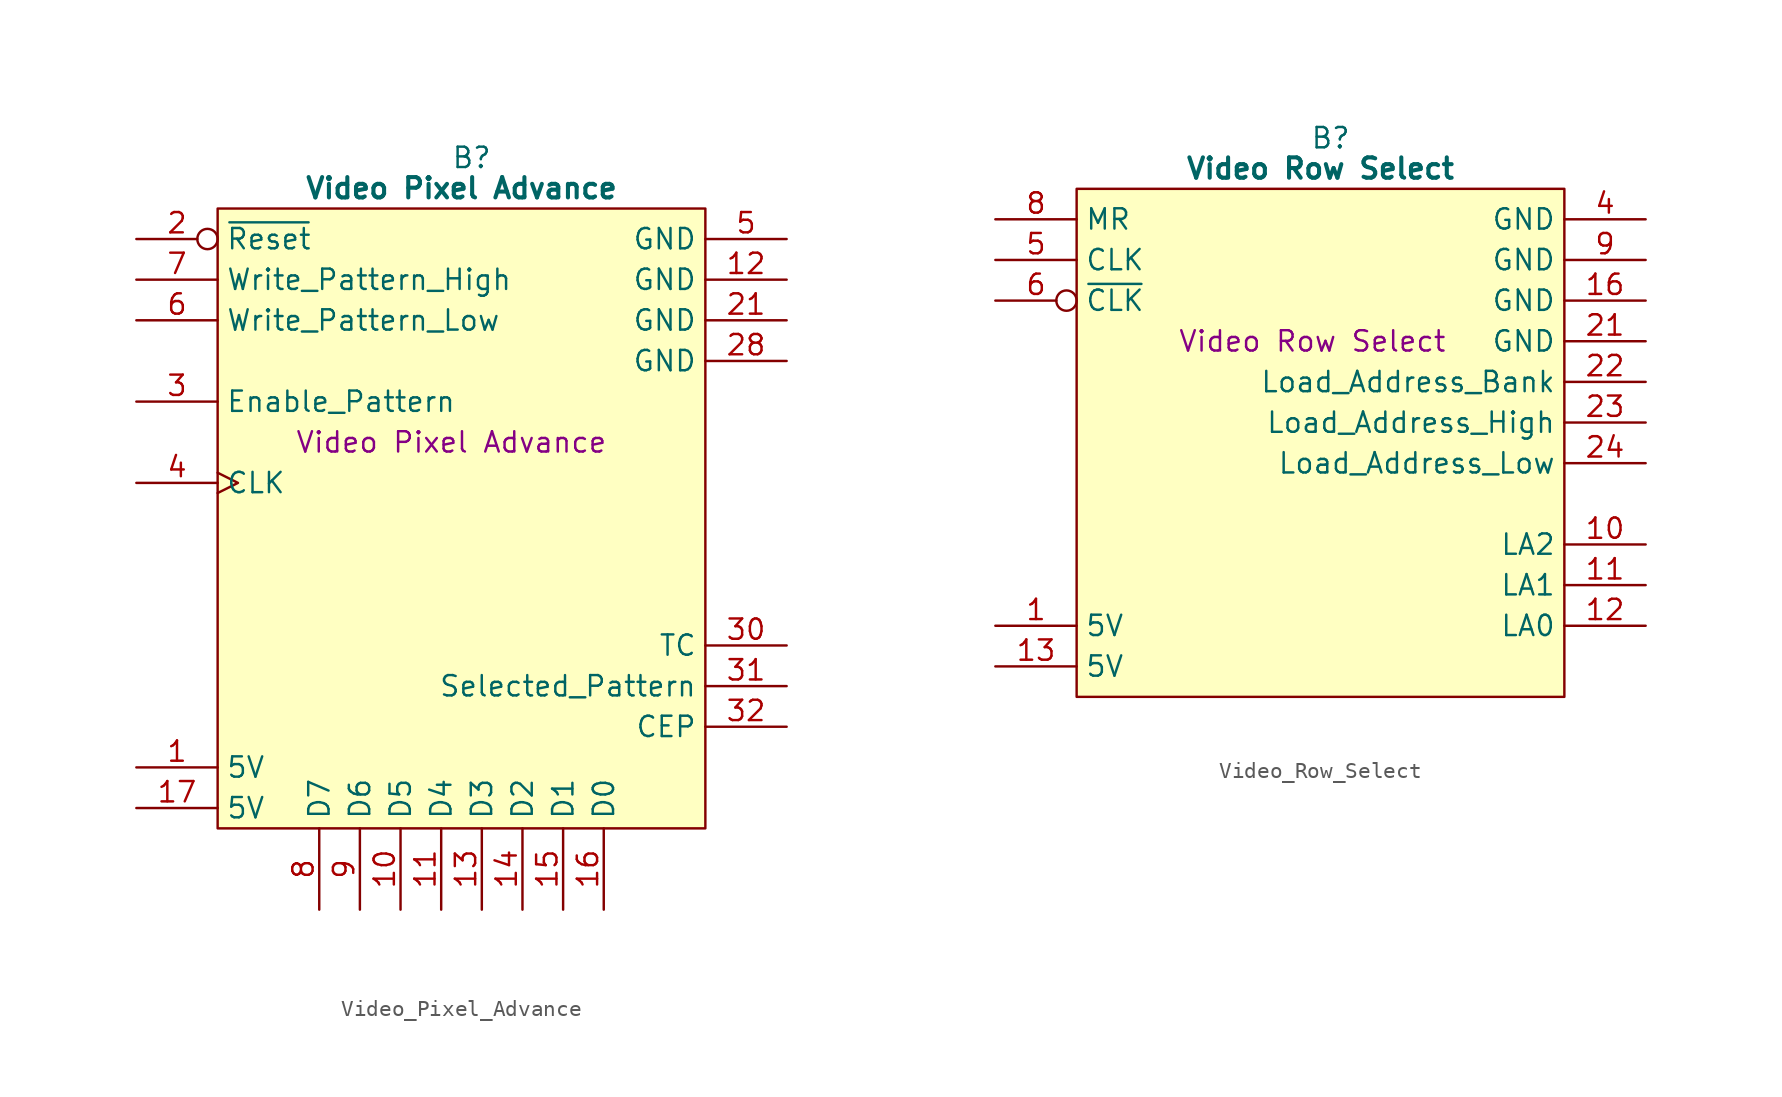
<source format=kicad_sym>
(kicad_symbol_lib
  (version 20241209)
  (generator "kicad_symbol_editor")
  (generator_version "9.0")
  (symbol "Video_Pixel_Advance"
    (property "Reference" "B"
      (at 15.875 5.08 0)
      (effects (font (size 1.27 1.27))))
    (property "Value" "Video Pixel Advance"
      (at 15.24 3.175 0)
      (effects (font (size 1.27 1.27) (bold yes))))
    (property "Description" "Video Pixel Advance"
      (at 14.605 -12.7 0)
      (effects (font (size 1.27 1.27))))
    (symbol "Video_Pixel_Advance_0_1"
      (polyline (pts (xy 0 1.905) (xy 30.48 1.905) (xy 30.48 -36.83) (xy 0 -36.83) (xy 0 1.905)) (stroke (width 0.152) (type default)) (fill (type background))))
    (symbol "Video_Pixel_Advance_1_0"
      (pin output line (at 35.56 -30.48 180) (length 5.08) (name "CEP" (effects (font (size 1.27 1.27)))) (number "32" (effects (font (size 1.27 1.27))))))
    (symbol "Video_Pixel_Advance_1_1"
      (pin input inverted (at -5.08 0 0) (length 5.08) (name "~{Reset}" (effects (font (size 1.27 1.27)))) (number "2" (effects (font (size 1.27 1.27)))))
      (pin input line (at -5.08 -2.54 0) (length 5.08) (name "Write_Pattern_High" (effects (font (size 1.27 1.27)))) (number "7" (effects (font (size 1.27 1.27)))))
      (pin input line (at -5.08 -5.08 0) (length 5.08) (name "Write_Pattern_Low" (effects (font (size 1.27 1.27)))) (number "6" (effects (font (size 1.27 1.27)))))
      (pin input line (at -5.08 -10.16 0) (length 5.08) (name "Enable_Pattern" (effects (font (size 1.27 1.27)))) (number "3" (effects (font (size 1.27 1.27)))))
      (pin input clock (at -5.08 -15.24 0) (length 5.08) (name "CLK" (effects (font (size 1.27 1.27)))) (number "4" (effects (font (size 1.27 1.27)))))
      (pin no_connect line (at -5.08 -17.78 0) (length 5.08) (hide yes) (name "N.C." (effects (font (size 1.27 1.27)))) (number "18" (effects (font (size 1.27 1.27)))))
      (pin no_connect line (at -5.08 -20.32 0) (length 5.08) (hide yes) (name "N.C." (effects (font (size 1.27 1.27)))) (number "19" (effects (font (size 1.27 1.27)))))
      (pin no_connect line (at -5.08 -22.86 0) (length 5.08) (hide yes) (name "N.C." (effects (font (size 1.27 1.27)))) (number "20" (effects (font (size 1.27 1.27)))))
      (pin no_connect line (at -5.08 -25.4 0) (length 5.08) (hide yes) (name "N.C." (effects (font (size 1.27 1.27)))) (number "22" (effects (font (size 1.27 1.27)))))
      (pin no_connect line (at -5.08 -27.94 0) (length 5.08) (hide yes) (name "N.C." (effects (font (size 1.27 1.27)))) (number "23" (effects (font (size 1.27 1.27)))))
      (pin no_connect line (at -5.08 -30.48 0) (length 5.08) (hide yes) (name "N.C." (effects (font (size 1.27 1.27)))) (number "24" (effects (font (size 1.27 1.27)))))
      (pin passive line (at -5.08 -33.02 0) (length 5.08) (name "5V" (effects (font (size 1.27 1.27)))) (number "1" (effects (font (size 1.27 1.27)))))
      (pin passive line (at -5.08 -35.56 0) (length 5.08) (name "5V" (effects (font (size 1.27 1.27)))) (number "17" (effects (font (size 1.27 1.27)))))
      (pin tri_state line (at 6.35 -41.91 90) (length 5.08) (name "D7" (effects (font (size 1.27 1.27)))) (number "8" (effects (font (size 1.27 1.27)))))
      (pin tri_state line (at 8.89 -41.91 90) (length 5.08) (name "D6" (effects (font (size 1.27 1.27)))) (number "9" (effects (font (size 1.27 1.27)))))
      (pin tri_state line (at 11.43 -41.91 90) (length 5.08) (name "D5" (effects (font (size 1.27 1.27)))) (number "10" (effects (font (size 1.27 1.27)))))
      (pin tri_state line (at 13.97 -41.91 90) (length 5.08) (name "D4" (effects (font (size 1.27 1.27)))) (number "11" (effects (font (size 1.27 1.27)))))
      (pin tri_state line (at 16.51 -41.91 90) (length 5.08) (name "D3" (effects (font (size 1.27 1.27)))) (number "13" (effects (font (size 1.27 1.27)))))
      (pin tri_state line (at 19.05 -41.91 90) (length 5.08) (name "D2" (effects (font (size 1.27 1.27)))) (number "14" (effects (font (size 1.27 1.27)))))
      (pin tri_state line (at 21.59 -41.91 90) (length 5.08) (name "D1" (effects (font (size 1.27 1.27)))) (number "15" (effects (font (size 1.27 1.27)))))
      (pin tri_state line (at 24.13 -41.91 90) (length 5.08) (name "D0" (effects (font (size 1.27 1.27)))) (number "16" (effects (font (size 1.27 1.27)))))
      (pin passive line (at 35.56 0 180) (length 5.08) (name "GND" (effects (font (size 1.27 1.27)))) (number "5" (effects (font (size 1.27 1.27)))))
      (pin passive line (at 35.56 -2.54 180) (length 5.08) (name "GND" (effects (font (size 1.27 1.27)))) (number "12" (effects (font (size 1.27 1.27)))))
      (pin passive line (at 35.56 -5.08 180) (length 5.08) (name "GND" (effects (font (size 1.27 1.27)))) (number "21" (effects (font (size 1.27 1.27)))))
      (pin passive line (at 35.56 -7.62 180) (length 5.08) (name "GND" (effects (font (size 1.27 1.27)))) (number "28" (effects (font (size 1.27 1.27)))))
      (pin no_connect line (at 35.56 -12.7 180) (length 5.08) (hide yes) (name "N.C." (effects (font (size 1.27 1.27)))) (number "25" (effects (font (size 1.27 1.27)))))
      (pin no_connect line (at 35.56 -15.24 180) (length 5.08) (hide yes) (name "N.C." (effects (font (size 1.27 1.27)))) (number "26" (effects (font (size 1.27 1.27)))))
      (pin no_connect line (at 35.56 -17.78 180) (length 5.08) (hide yes) (name "N.C." (effects (font (size 1.27 1.27)))) (number "27" (effects (font (size 1.27 1.27)))))
      (pin no_connect line (at 35.56 -20.32 180) (length 5.08) (hide yes) (name "N.C." (effects (font (size 1.27 1.27)))) (number "29" (effects (font (size 1.27 1.27)))))
      (pin output line (at 35.56 -25.4 180) (length 5.08) (name "TC" (effects (font (size 1.27 1.27)))) (number "30" (effects (font (size 1.27 1.27)))))
      (pin output line (at 35.56 -27.94 180) (length 5.08) (name "Selected_Pattern" (effects (font (size 1.27 1.27)))) (number "31" (effects (font (size 1.27 1.27)))))))
  (symbol "Video_Row_Select"
    (property "Reference" "B"
      (at 15.875 5.08 0)
      (effects (font (size 1.27 1.27))))
    (property "Value" "Video Row Select"
      (at 15.24 3.175 0)
      (effects (font (size 1.27 1.27) (bold yes))))
    (property "Description" "Video Row Select"
      (at 14.732 -7.62 0)
      (effects (font (size 1.27 1.27))))
    (symbol "Video_Row_Select_0_1"
      (polyline (pts (xy 0 1.905) (xy 30.48 1.905) (xy 30.48 -29.845) (xy 0 -29.845) (xy 0 1.905)) (stroke (width 0.152) (type default)) (fill (type background))))
    (symbol "Video_Row_Select_1_1"
      (pin input line (at -5.08 0 0) (length 5.08) (name "MR" (effects (font (size 1.27 1.27)))) (number "8" (effects (font (size 1.27 1.27)))))
      (pin input line (at -5.08 -2.54 0) (length 5.08) (name "CLK" (effects (font (size 1.27 1.27)))) (number "5" (effects (font (size 1.27 1.27)))))
      (pin input inverted (at -5.08 -5.08 0) (length 5.08) (name "~{CLK}" (effects (font (size 1.27 1.27)))) (number "6" (effects (font (size 1.27 1.27)))))
      (pin no_connect line (at -5.08 -7.62 0) (length 5.08) (hide yes) (name "N.C." (effects (font (size 1.27 1.27)))) (number "2" (effects (font (size 1.27 1.27)))))
      (pin no_connect line (at -5.08 -10.16 0) (length 5.08) (hide yes) (name "N.C." (effects (font (size 1.27 1.27)))) (number "3" (effects (font (size 1.27 1.27)))))
      (pin no_connect line (at -5.08 -12.7 0) (length 5.08) (hide yes) (name "N.C." (effects (font (size 1.27 1.27)))) (number "7" (effects (font (size 1.27 1.27)))))
      (pin no_connect line (at -5.08 -15.24 0) (length 5.08) (hide yes) (name "N.C." (effects (font (size 1.27 1.27)))) (number "14" (effects (font (size 1.27 1.27)))))
      (pin no_connect line (at -5.08 -17.78 0) (length 5.08) (hide yes) (name "N.C." (effects (font (size 1.27 1.27)))) (number "15" (effects (font (size 1.27 1.27)))))
      (pin no_connect line (at -5.08 -20.32 0) (length 5.08) (hide yes) (name "N.C." (effects (font (size 1.27 1.27)))) (number "17" (effects (font (size 1.27 1.27)))))
      (pin no_connect line (at -5.08 -22.86 0) (length 5.08) (hide yes) (name "N.C." (effects (font (size 1.27 1.27)))) (number "18" (effects (font (size 1.27 1.27)))))
      (pin passive line (at -5.08 -25.4 0) (length 5.08) (name "5V" (effects (font (size 1.27 1.27)))) (number "1" (effects (font (size 1.27 1.27)))))
      (pin passive line (at -5.08 -27.94 0) (length 5.08) (name "5V" (effects (font (size 1.27 1.27)))) (number "13" (effects (font (size 1.27 1.27)))))
      (pin passive line (at 35.56 0 180) (length 5.08) (name "GND" (effects (font (size 1.27 1.27)))) (number "4" (effects (font (size 1.27 1.27)))))
      (pin passive line (at 35.56 -2.54 180) (length 5.08) (name "GND" (effects (font (size 1.27 1.27)))) (number "9" (effects (font (size 1.27 1.27)))))
      (pin passive line (at 35.56 -5.08 180) (length 5.08) (name "GND" (effects (font (size 1.27 1.27)))) (number "16" (effects (font (size 1.27 1.27)))))
      (pin passive line (at 35.56 -7.62 180) (length 5.08) (name "GND" (effects (font (size 1.27 1.27)))) (number "21" (effects (font (size 1.27 1.27)))))
      (pin output line (at 35.56 -10.16 180) (length 5.08) (name "Load_Address_Bank" (effects (font (size 1.27 1.27)))) (number "22" (effects (font (size 1.27 1.27)))))
      (pin output line (at 35.56 -12.7 180) (length 5.08) (name "Load_Address_High" (effects (font (size 1.27 1.27)))) (number "23" (effects (font (size 1.27 1.27)))))
      (pin output line (at 35.56 -15.24 180) (length 5.08) (name "Load_Address_Low" (effects (font (size 1.27 1.27)))) (number "24" (effects (font (size 1.27 1.27)))))
      (pin no_connect line (at 35.56 -17.78 180) (length 5.08) (hide yes) (name "N.C." (effects (font (size 1.27 1.27)))) (number "20" (effects (font (size 1.27 1.27)))))
      (pin output line (at 35.56 -20.32 180) (length 5.08) (name "LA2" (effects (font (size 1.27 1.27)))) (number "10" (effects (font (size 1.27 1.27)))))
      (pin output line (at 35.56 -22.86 180) (length 5.08) (name "LA1" (effects (font (size 1.27 1.27)))) (number "11" (effects (font (size 1.27 1.27)))))
      (pin output line (at 35.56 -25.4 180) (length 5.08) (name "LA0" (effects (font (size 1.27 1.27)))) (number "12" (effects (font (size 1.27 1.27)))))
      (pin no_connect line (at 35.56 -27.94 180) (length 5.08) (hide yes) (name "N.C." (effects (font (size 1.27 1.27)))) (number "19" (effects (font (size 1.27 1.27))))))))
</source>
